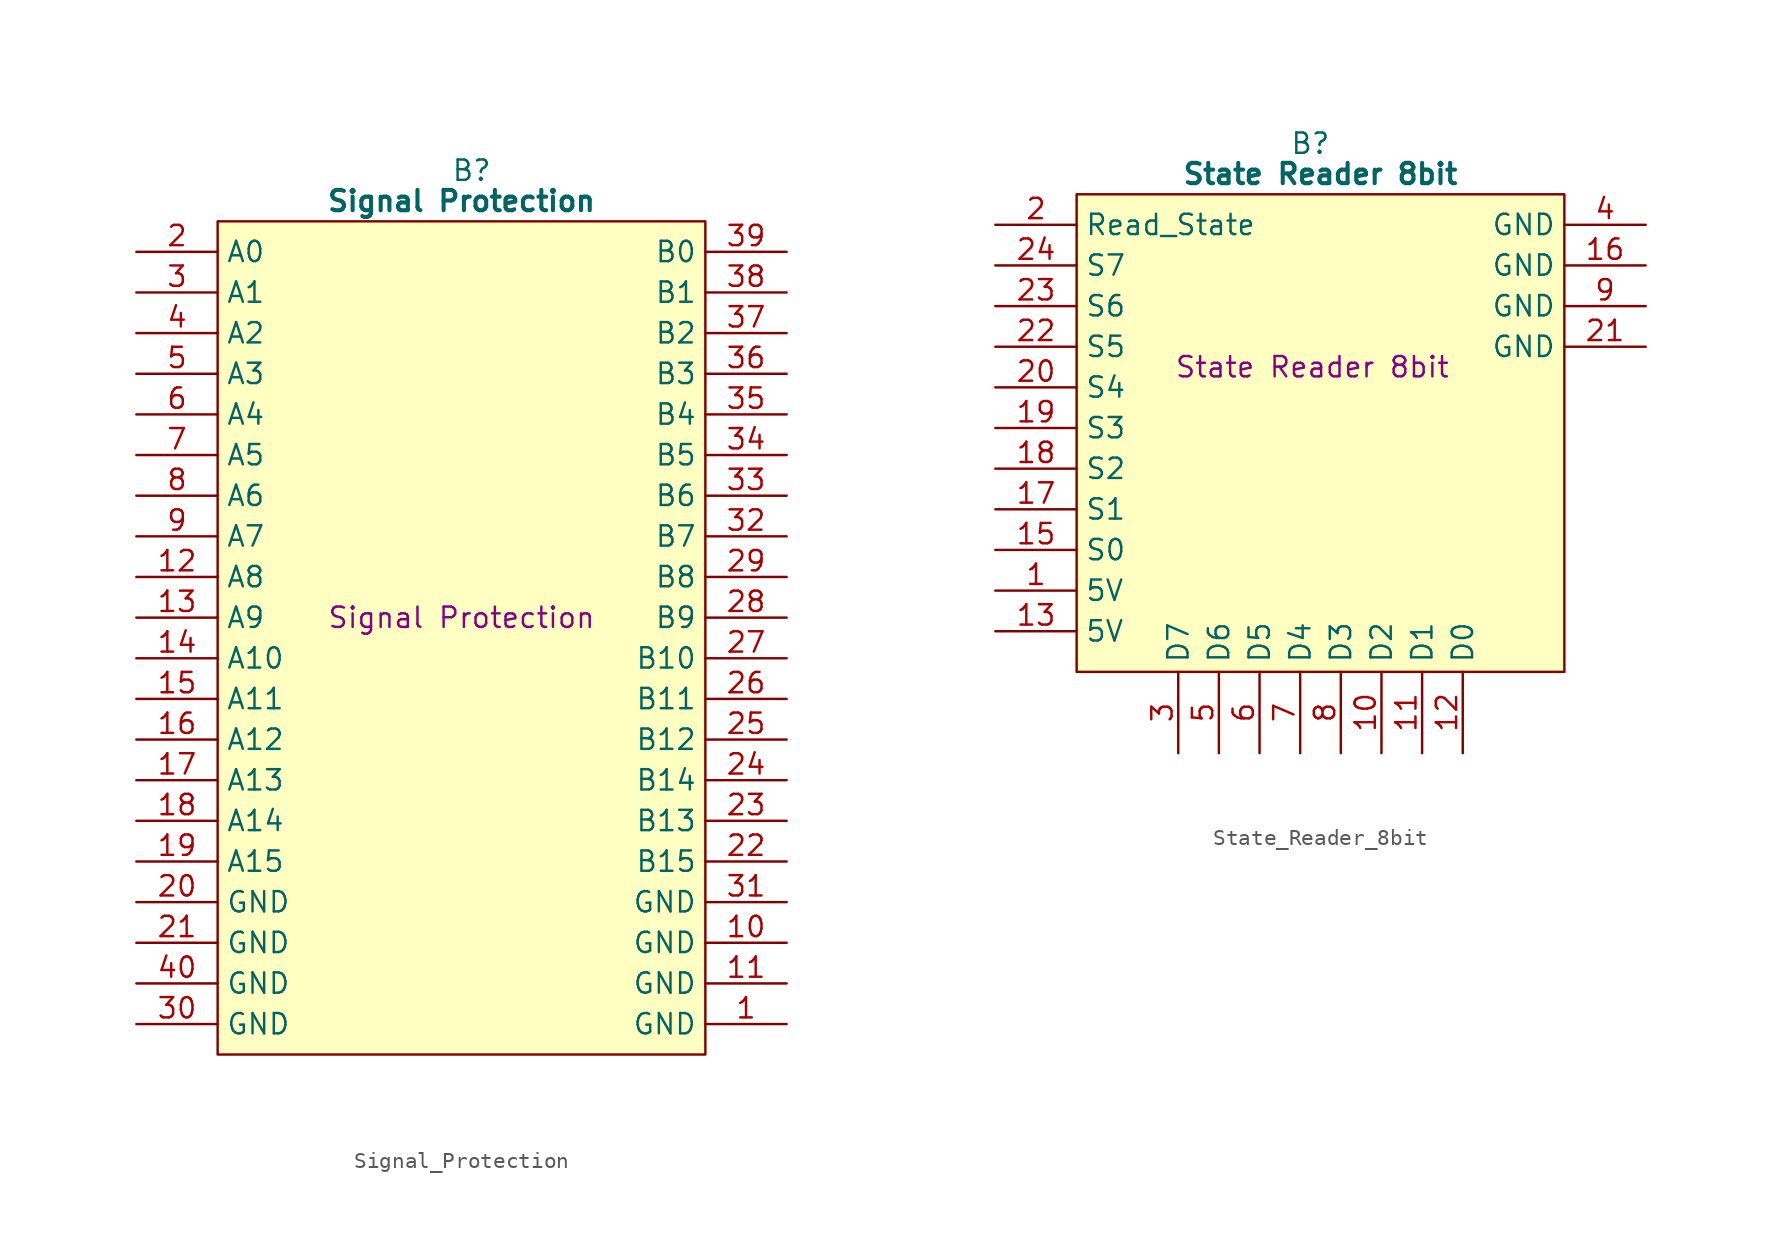
<source format=kicad_sym>
(kicad_symbol_lib
  (version 20241209)
  (generator "kicad_symbol_editor")
  (generator_version "9.0")
  (symbol "Signal_Protection"
    (property "Reference" "B"
      (at 15.875 5.08 0)
      (effects (font (size 1.27 1.27))))
    (property "Value" "Signal Protection"
      (at 15.24 3.175 0)
      (effects (font (size 1.27 1.27) (bold yes))))
    (property "Description" "Signal Protection"
      (at 15.24 -22.86 0)
      (effects (font (size 1.27 1.27))))
    (symbol "Signal_Protection_0_1"
      (polyline (pts (xy 0 1.905) (xy 30.48 1.905) (xy 30.48 -50.165) (xy 0 -50.165) (xy 0 1.905)) (stroke (width 0.152) (type default)) (fill (type background))))
    (symbol "Signal_Protection_1_0"
      (pin passive line (at -5.08 -45.72 0) (length 5.08) (name "GND" (effects (font (size 1.27 1.27)))) (number "40" (effects (font (size 1.27 1.27)))))
      (pin passive line (at 35.56 0 180) (length 5.08) (name "B0" (effects (font (size 1.27 1.27)))) (number "39" (effects (font (size 1.27 1.27)))))
      (pin passive line (at 35.56 -17.78 180) (length 5.08) (name "B7" (effects (font (size 1.27 1.27)))) (number "32" (effects (font (size 1.27 1.27))))))
    (symbol "Signal_Protection_1_1"
      (pin passive line (at -5.08 0 0) (length 5.08) (name "A0" (effects (font (size 1.27 1.27)))) (number "2" (effects (font (size 1.27 1.27)))))
      (pin passive line (at -5.08 -2.54 0) (length 5.08) (name "A1" (effects (font (size 1.27 1.27)))) (number "3" (effects (font (size 1.27 1.27)))))
      (pin passive line (at -5.08 -5.08 0) (length 5.08) (name "A2" (effects (font (size 1.27 1.27)))) (number "4" (effects (font (size 1.27 1.27)))))
      (pin passive line (at -5.08 -7.62 0) (length 5.08) (name "A3" (effects (font (size 1.27 1.27)))) (number "5" (effects (font (size 1.27 1.27)))))
      (pin passive line (at -5.08 -10.16 0) (length 5.08) (name "A4" (effects (font (size 1.27 1.27)))) (number "6" (effects (font (size 1.27 1.27)))))
      (pin passive line (at -5.08 -12.7 0) (length 5.08) (name "A5" (effects (font (size 1.27 1.27)))) (number "7" (effects (font (size 1.27 1.27)))))
      (pin passive line (at -5.08 -15.24 0) (length 5.08) (name "A6" (effects (font (size 1.27 1.27)))) (number "8" (effects (font (size 1.27 1.27)))))
      (pin passive line (at -5.08 -17.78 0) (length 5.08) (name "A7" (effects (font (size 1.27 1.27)))) (number "9" (effects (font (size 1.27 1.27)))))
      (pin passive line (at -5.08 -20.32 0) (length 5.08) (name "A8" (effects (font (size 1.27 1.27)))) (number "12" (effects (font (size 1.27 1.27)))))
      (pin passive line (at -5.08 -22.86 0) (length 5.08) (name "A9" (effects (font (size 1.27 1.27)))) (number "13" (effects (font (size 1.27 1.27)))))
      (pin passive line (at -5.08 -25.4 0) (length 5.08) (name "A10" (effects (font (size 1.27 1.27)))) (number "14" (effects (font (size 1.27 1.27)))))
      (pin passive line (at -5.08 -27.94 0) (length 5.08) (name "A11" (effects (font (size 1.27 1.27)))) (number "15" (effects (font (size 1.27 1.27)))))
      (pin passive line (at -5.08 -30.48 0) (length 5.08) (name "A12" (effects (font (size 1.27 1.27)))) (number "16" (effects (font (size 1.27 1.27)))))
      (pin passive line (at -5.08 -33.02 0) (length 5.08) (name "A13" (effects (font (size 1.27 1.27)))) (number "17" (effects (font (size 1.27 1.27)))))
      (pin passive line (at -5.08 -35.56 0) (length 5.08) (name "A14" (effects (font (size 1.27 1.27)))) (number "18" (effects (font (size 1.27 1.27)))))
      (pin passive line (at -5.08 -38.1 0) (length 5.08) (name "A15" (effects (font (size 1.27 1.27)))) (number "19" (effects (font (size 1.27 1.27)))))
      (pin passive line (at -5.08 -40.64 0) (length 5.08) (name "GND" (effects (font (size 1.27 1.27)))) (number "20" (effects (font (size 1.27 1.27)))))
      (pin passive line (at -5.08 -43.18 0) (length 5.08) (name "GND" (effects (font (size 1.27 1.27)))) (number "21" (effects (font (size 1.27 1.27)))))
      (pin passive line (at -5.08 -48.26 0) (length 5.08) (name "GND" (effects (font (size 1.27 1.27)))) (number "30" (effects (font (size 1.27 1.27)))))
      (pin passive line (at 35.56 -2.54 180) (length 5.08) (name "B1" (effects (font (size 1.27 1.27)))) (number "38" (effects (font (size 1.27 1.27)))))
      (pin passive line (at 35.56 -5.08 180) (length 5.08) (name "B2" (effects (font (size 1.27 1.27)))) (number "37" (effects (font (size 1.27 1.27)))))
      (pin passive line (at 35.56 -7.62 180) (length 5.08) (name "B3" (effects (font (size 1.27 1.27)))) (number "36" (effects (font (size 1.27 1.27)))))
      (pin passive line (at 35.56 -10.16 180) (length 5.08) (name "B4" (effects (font (size 1.27 1.27)))) (number "35" (effects (font (size 1.27 1.27)))))
      (pin passive line (at 35.56 -12.7 180) (length 5.08) (name "B5" (effects (font (size 1.27 1.27)))) (number "34" (effects (font (size 1.27 1.27)))))
      (pin passive line (at 35.56 -15.24 180) (length 5.08) (name "B6" (effects (font (size 1.27 1.27)))) (number "33" (effects (font (size 1.27 1.27)))))
      (pin passive line (at 35.56 -20.32 180) (length 5.08) (name "B8" (effects (font (size 1.27 1.27)))) (number "29" (effects (font (size 1.27 1.27)))))
      (pin passive line (at 35.56 -22.86 180) (length 5.08) (name "B9" (effects (font (size 1.27 1.27)))) (number "28" (effects (font (size 1.27 1.27)))))
      (pin passive line (at 35.56 -25.4 180) (length 5.08) (name "B10" (effects (font (size 1.27 1.27)))) (number "27" (effects (font (size 1.27 1.27)))))
      (pin passive line (at 35.56 -27.94 180) (length 5.08) (name "B11" (effects (font (size 1.27 1.27)))) (number "26" (effects (font (size 1.27 1.27)))))
      (pin passive line (at 35.56 -30.48 180) (length 5.08) (name "B12" (effects (font (size 1.27 1.27)))) (number "25" (effects (font (size 1.27 1.27)))))
      (pin passive line (at 35.56 -33.02 180) (length 5.08) (name "B14" (effects (font (size 1.27 1.27)))) (number "24" (effects (font (size 1.27 1.27)))))
      (pin passive line (at 35.56 -35.56 180) (length 5.08) (name "B13" (effects (font (size 1.27 1.27)))) (number "23" (effects (font (size 1.27 1.27)))))
      (pin passive line (at 35.56 -38.1 180) (length 5.08) (name "B15" (effects (font (size 1.27 1.27)))) (number "22" (effects (font (size 1.27 1.27)))))
      (pin passive line (at 35.56 -40.64 180) (length 5.08) (name "GND" (effects (font (size 1.27 1.27)))) (number "31" (effects (font (size 1.27 1.27)))))
      (pin passive line (at 35.56 -43.18 180) (length 5.08) (name "GND" (effects (font (size 1.27 1.27)))) (number "10" (effects (font (size 1.27 1.27)))))
      (pin passive line (at 35.56 -45.72 180) (length 5.08) (name "GND" (effects (font (size 1.27 1.27)))) (number "11" (effects (font (size 1.27 1.27)))))
      (pin passive line (at 35.56 -48.26 180) (length 5.08) (name "GND" (effects (font (size 1.27 1.27)))) (number "1" (effects (font (size 1.27 1.27)))))))
  (symbol "State_Reader_8bit"
    (property "Reference" "B"
      (at 19.685 5.08 0)
      (effects (font (size 1.27 1.27))))
    (property "Value" "State Reader 8bit"
      (at 20.32 3.175 0)
      (effects (font (size 1.27 1.27) (bold yes))))
    (property "Description" "State Reader 8bit"
      (at 19.812 -8.89 0)
      (effects (font (size 1.27 1.27))))
    (symbol "State_Reader_8bit_0_1"
      (polyline (pts (xy 5.08 1.905) (xy 35.56 1.905) (xy 35.56 -27.94) (xy 5.08 -27.94) (xy 5.08 1.905)) (stroke (width 0.152) (type default)) (fill (type background))))
    (symbol "State_Reader_8bit_1_1"
      (pin input line (at 0 0 0) (length 5.08) (name "Read_State" (effects (font (size 1.27 1.27)))) (number "2" (effects (font (size 1.27 1.27)))))
      (pin input line (at 0 -2.54 0) (length 5.08) (name "S7" (effects (font (size 1.27 1.27)))) (number "24" (effects (font (size 1.27 1.27)))))
      (pin input line (at 0 -5.08 0) (length 5.08) (name "S6" (effects (font (size 1.27 1.27)))) (number "23" (effects (font (size 1.27 1.27)))))
      (pin input line (at 0 -7.62 0) (length 5.08) (name "S5" (effects (font (size 1.27 1.27)))) (number "22" (effects (font (size 1.27 1.27)))))
      (pin input line (at 0 -10.16 0) (length 5.08) (name "S4" (effects (font (size 1.27 1.27)))) (number "20" (effects (font (size 1.27 1.27)))))
      (pin input line (at 0 -12.7 0) (length 5.08) (name "S3" (effects (font (size 1.27 1.27)))) (number "19" (effects (font (size 1.27 1.27)))))
      (pin input line (at 0 -15.24 0) (length 5.08) (name "S2" (effects (font (size 1.27 1.27)))) (number "18" (effects (font (size 1.27 1.27)))))
      (pin input line (at 0 -17.78 0) (length 5.08) (name "S1" (effects (font (size 1.27 1.27)))) (number "17" (effects (font (size 1.27 1.27)))))
      (pin input line (at 0 -20.32 0) (length 5.08) (name "S0" (effects (font (size 1.27 1.27)))) (number "15" (effects (font (size 1.27 1.27)))))
      (pin passive line (at 0 -22.86 0) (length 5.08) (name "5V" (effects (font (size 1.27 1.27)))) (number "1" (effects (font (size 1.27 1.27)))))
      (pin passive line (at 0 -25.4 0) (length 5.08) (name "5V" (effects (font (size 1.27 1.27)))) (number "13" (effects (font (size 1.27 1.27)))))
      (pin tri_state line (at 11.43 -33.02 90) (length 5.08) (name "D7" (effects (font (size 1.27 1.27)))) (number "3" (effects (font (size 1.27 1.27)))))
      (pin tri_state line (at 13.97 -33.02 90) (length 5.08) (name "D6" (effects (font (size 1.27 1.27)))) (number "5" (effects (font (size 1.27 1.27)))))
      (pin tri_state line (at 16.51 -33.02 90) (length 5.08) (name "D5" (effects (font (size 1.27 1.27)))) (number "6" (effects (font (size 1.27 1.27)))))
      (pin tri_state line (at 19.05 -33.02 90) (length 5.08) (name "D4" (effects (font (size 1.27 1.27)))) (number "7" (effects (font (size 1.27 1.27)))))
      (pin tri_state line (at 21.59 -33.02 90) (length 5.08) (name "D3" (effects (font (size 1.27 1.27)))) (number "8" (effects (font (size 1.27 1.27)))))
      (pin tri_state line (at 24.13 -33.02 90) (length 5.08) (name "D2" (effects (font (size 1.27 1.27)))) (number "10" (effects (font (size 1.27 1.27)))))
      (pin tri_state line (at 26.67 -33.02 90) (length 5.08) (name "D1" (effects (font (size 1.27 1.27)))) (number "11" (effects (font (size 1.27 1.27)))))
      (pin tri_state line (at 29.21 -33.02 90) (length 5.08) (name "D0" (effects (font (size 1.27 1.27)))) (number "12" (effects (font (size 1.27 1.27)))))
      (pin passive line (at 40.64 0 180) (length 5.08) (name "GND" (effects (font (size 1.27 1.27)))) (number "4" (effects (font (size 1.27 1.27)))))
      (pin passive line (at 40.64 -2.54 180) (length 5.08) (name "GND" (effects (font (size 1.27 1.27)))) (number "16" (effects (font (size 1.27 1.27)))))
      (pin passive line (at 40.64 -5.08 180) (length 5.08) (name "GND" (effects (font (size 1.27 1.27)))) (number "9" (effects (font (size 1.27 1.27)))))
      (pin passive line (at 40.64 -7.62 180) (length 5.08) (name "GND" (effects (font (size 1.27 1.27)))) (number "21" (effects (font (size 1.27 1.27)))))
      (pin no_connect line (at 40.64 -25.4 180) (length 5.08) (hide yes) (name "N.C." (effects (font (size 1.27 1.27)))) (number "14" (effects (font (size 1.27 1.27))))))))
</source>
